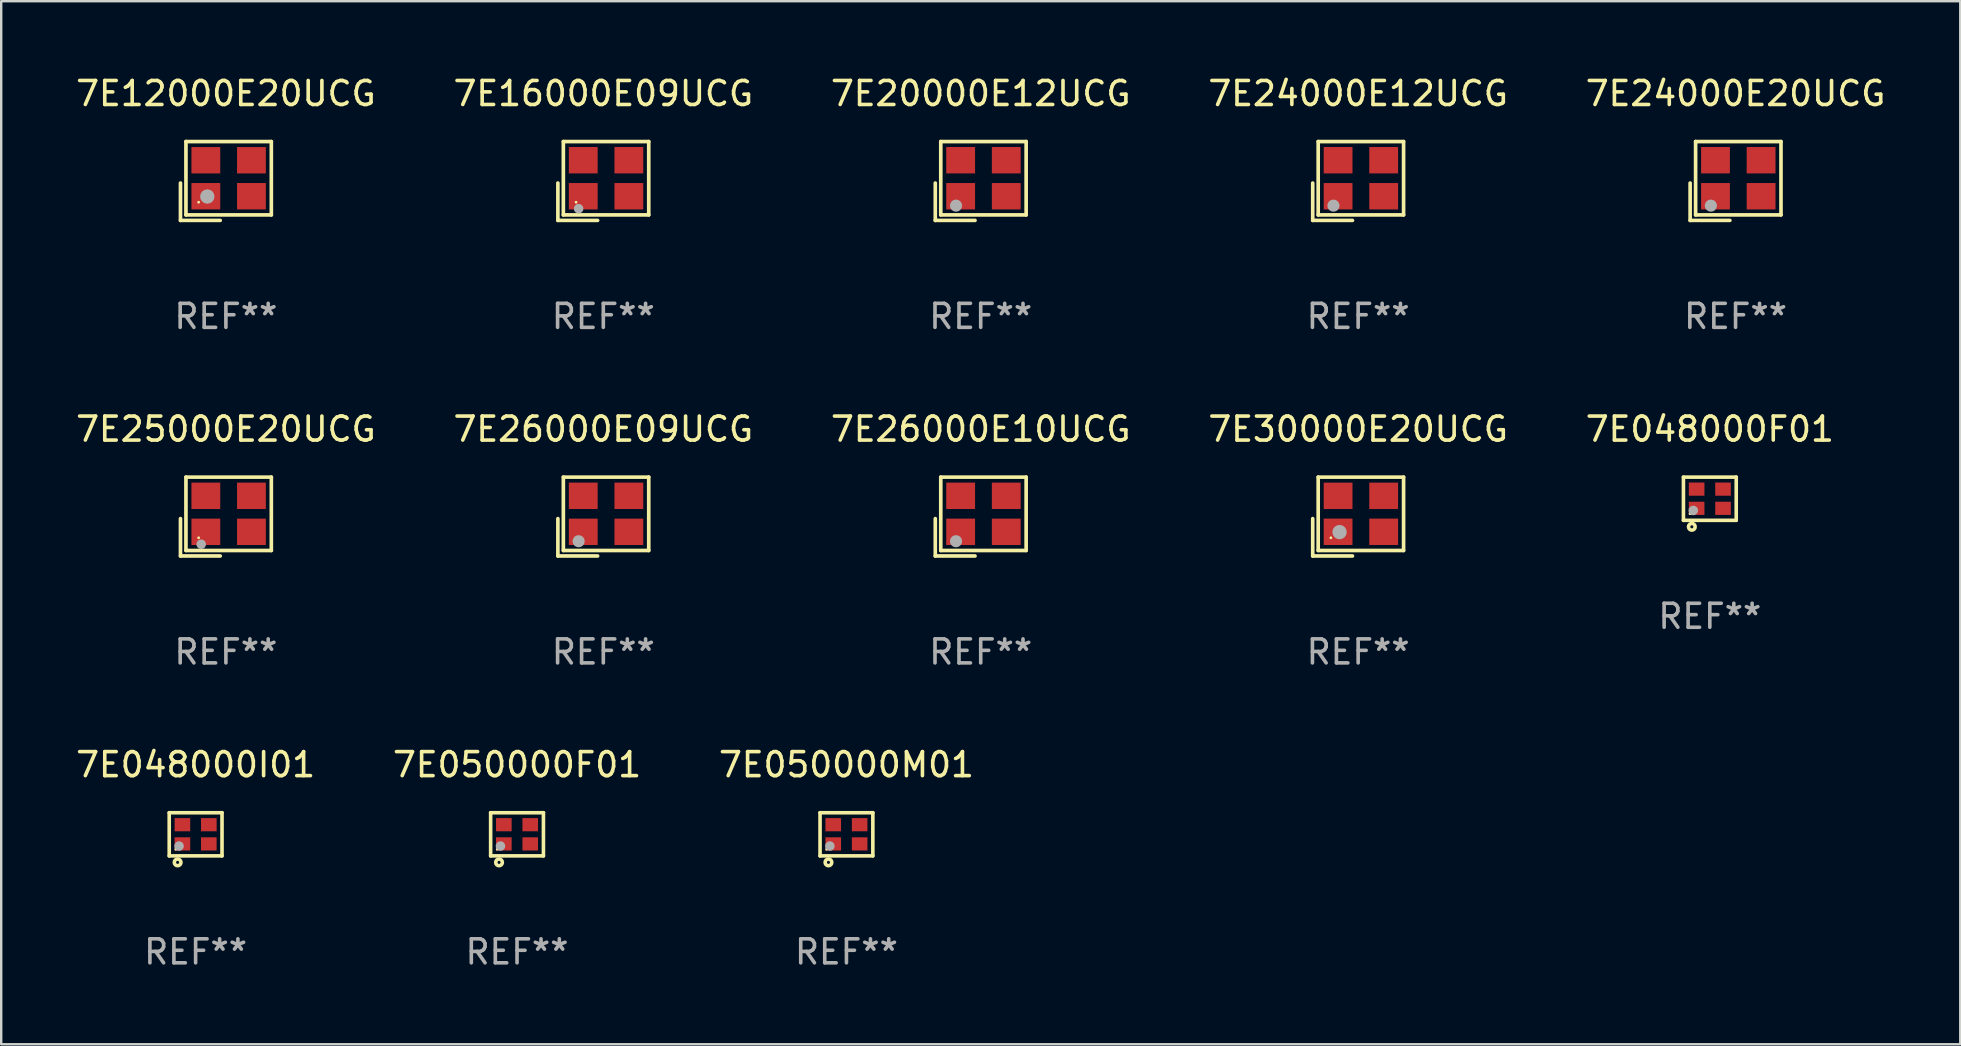
<source format=kicad_pcb>
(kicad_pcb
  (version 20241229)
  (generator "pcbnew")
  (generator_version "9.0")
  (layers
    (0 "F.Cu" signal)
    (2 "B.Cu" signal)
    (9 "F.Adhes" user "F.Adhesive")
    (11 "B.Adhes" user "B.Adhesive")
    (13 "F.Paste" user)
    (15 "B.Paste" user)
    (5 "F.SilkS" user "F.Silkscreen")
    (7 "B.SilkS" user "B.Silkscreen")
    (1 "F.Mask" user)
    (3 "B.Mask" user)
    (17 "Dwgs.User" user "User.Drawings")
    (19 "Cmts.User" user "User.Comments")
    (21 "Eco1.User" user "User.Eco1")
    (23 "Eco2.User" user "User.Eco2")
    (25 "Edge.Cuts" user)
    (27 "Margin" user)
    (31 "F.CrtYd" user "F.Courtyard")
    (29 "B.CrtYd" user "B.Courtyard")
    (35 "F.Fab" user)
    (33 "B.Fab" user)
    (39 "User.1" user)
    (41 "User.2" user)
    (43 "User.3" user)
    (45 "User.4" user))
  (footprint "7E24000E12UCG"
    (layer "F.Cu")
    (at 53.542 4.491)
    (property "Reference" "7E24000E12UCG" (at 0 -3.643 0) (layer "F.SilkS") (effects (font (size 1 1) (thickness 0.15))))
    (attr through_hole)
    (fp_line (start -1.893 0.086) (end -1.893 1.643) (stroke (width 0.152) (type solid)) (layer "F.SilkS"))
    (fp_line (start -1.893 1.643) (end -0.237 1.643) (stroke (width 0.152) (type solid)) (layer "F.SilkS"))
    (fp_line (start -1.665 -1.643) (end 1.893 -1.643) (stroke (width 0.152) (type solid)) (layer "F.SilkS"))
    (fp_line (start -1.665 1.414) (end -1.665 -1.643) (stroke (width 0.152) (type solid)) (layer "F.SilkS"))
    (fp_line (start 1.893 -1.643) (end 1.893 1.414) (stroke (width 0.152) (type solid)) (layer "F.SilkS"))
    (fp_line (start 1.893 1.414) (end -1.665 1.414) (stroke (width 0.152) (type solid)) (layer "F.SilkS"))
    (fp_circle (center -1.136 0.885) (end -1.106 0.885) (stroke (width 0.06) (type solid)) (fill no) (layer "F.SilkS"))
    (fp_circle (center -1.029 1.028) (end -0.902 1.028) (stroke (width 0.254) (type solid)) (fill no) (layer "F.Fab"))
    (fp_text user "REF**" (at 0 5.643 0) (layer "F.Fab") (effects (font (size 1 1) (thickness 0.15))))
    (pad "1" smd rect (at -0.836 0.636) (size 1.2 1.1) (layers "F.Cu" "F.Mask" "F.Paste"))
    (pad "2" smd rect (at 1.064 0.636) (size 1.2 1.1) (layers "F.Cu" "F.Mask" "F.Paste"))
    (pad "3" smd rect (at 1.064 -0.865) (size 1.2 1.1) (layers "F.Cu" "F.Mask" "F.Paste"))
    (pad "4" smd rect (at -0.836 -0.865) (size 1.2 1.1) (layers "F.Cu" "F.Mask" "F.Paste")))
  (footprint "7E30000E20UCG"
    (layer "F.Cu")
    (at 53.542 18.474)
    (property "Reference" "7E30000E20UCG" (at 0 -3.643 0) (layer "F.SilkS") (effects (font (size 1 1) (thickness 0.15))))
    (attr through_hole)
    (fp_line (start -1.893 0.086) (end -1.893 1.643) (stroke (width 0.152) (type solid)) (layer "F.SilkS"))
    (fp_line (start -1.893 1.643) (end -0.237 1.643) (stroke (width 0.152) (type solid)) (layer "F.SilkS"))
    (fp_line (start -1.665 -1.643) (end 1.893 -1.643) (stroke (width 0.152) (type solid)) (layer "F.SilkS"))
    (fp_line (start -1.665 1.414) (end -1.665 -1.643) (stroke (width 0.152) (type solid)) (layer "F.SilkS"))
    (fp_line (start 1.893 -1.643) (end 1.893 1.414) (stroke (width 0.152) (type solid)) (layer "F.SilkS"))
    (fp_line (start 1.893 1.414) (end -1.665 1.414) (stroke (width 0.152) (type solid)) (layer "F.SilkS"))
    (fp_circle (center -1.136 0.885) (end -1.106 0.885) (stroke (width 0.06) (type solid)) (fill no) (layer "F.SilkS"))
    (fp_circle (center -0.775 0.648) (end -0.625 0.648) (stroke (width 0.3) (type solid)) (fill no) (layer "F.Fab"))
    (fp_text user "REF**" (at 0 5.643 0) (layer "F.Fab") (effects (font (size 1 1) (thickness 0.15))))
    (pad "1" smd rect (at -0.836 0.635) (size 1.2 1.1) (layers "F.Cu" "F.Mask" "F.Paste"))
    (pad "2" smd rect (at 1.064 0.635) (size 1.2 1.1) (layers "F.Cu" "F.Mask" "F.Paste"))
    (pad "3" smd rect (at 1.064 -0.864) (size 1.2 1.1) (layers "F.Cu" "F.Mask" "F.Paste"))
    (pad "4" smd rect (at -0.836 -0.864) (size 1.2 1.1) (layers "F.Cu" "F.Mask" "F.Paste")))
  (footprint "7E24000E20UCG"
    (layer "F.Cu")
    (at 69.268 4.491)
    (property "Reference" "7E24000E20UCG" (at 0 -3.643 0) (layer "F.SilkS") (effects (font (size 1 1) (thickness 0.15))))
    (attr through_hole)
    (fp_line (start -1.893 0.086) (end -1.893 1.643) (stroke (width 0.152) (type solid)) (layer "F.SilkS"))
    (fp_line (start -1.893 1.643) (end -0.237 1.643) (stroke (width 0.152) (type solid)) (layer "F.SilkS"))
    (fp_line (start -1.665 -1.643) (end 1.893 -1.643) (stroke (width 0.152) (type solid)) (layer "F.SilkS"))
    (fp_line (start -1.665 1.414) (end -1.665 -1.643) (stroke (width 0.152) (type solid)) (layer "F.SilkS"))
    (fp_line (start 1.893 -1.643) (end 1.893 1.414) (stroke (width 0.152) (type solid)) (layer "F.SilkS"))
    (fp_line (start 1.893 1.414) (end -1.665 1.414) (stroke (width 0.152) (type solid)) (layer "F.SilkS"))
    (fp_circle (center -1.136 0.885) (end -1.106 0.885) (stroke (width 0.06) (type solid)) (fill no) (layer "F.SilkS"))
    (fp_circle (center -1.029 1.028) (end -0.902 1.028) (stroke (width 0.254) (type solid)) (fill no) (layer "F.Fab"))
    (fp_text user "REF**" (at 0 5.643 0) (layer "F.Fab") (effects (font (size 1 1) (thickness 0.15))))
    (pad "1" smd rect (at -0.836 0.636) (size 1.2 1.1) (layers "F.Cu" "F.Mask" "F.Paste"))
    (pad "2" smd rect (at 1.064 0.636) (size 1.2 1.1) (layers "F.Cu" "F.Mask" "F.Paste"))
    (pad "3" smd rect (at 1.064 -0.865) (size 1.2 1.1) (layers "F.Cu" "F.Mask" "F.Paste"))
    (pad "4" smd rect (at -0.836 -0.865) (size 1.2 1.1) (layers "F.Cu" "F.Mask" "F.Paste")))
  (footprint "7E048000I01"
    (layer "F.Cu")
    (at 5.101 31.714)
    (property "Reference" "7E048000I01" (at 0 -2.9 0) (layer "F.SilkS") (effects (font (size 1 1) (thickness 0.15))))
    (attr through_hole)
    (fp_line (start -1.1 -0.9) (end -1.1 0.9) (stroke (width 0.15) (type solid)) (layer "F.SilkS"))
    (fp_line (start -1.1 -0.9) (end 1.1 -0.9) (stroke (width 0.15) (type solid)) (layer "F.SilkS"))
    (fp_line (start -1.1 0.9) (end 1.1 0.9) (stroke (width 0.15) (type solid)) (layer "F.SilkS"))
    (fp_line (start 1.1 -0.9) (end 1.1 0.9) (stroke (width 0.15) (type solid)) (layer "F.SilkS"))
    (fp_circle (center -0.825 0.625) (end -0.795 0.625) (stroke (width 0.06) (type solid)) (fill no) (layer "F.SilkS"))
    (fp_circle (center -0.75 1.17) (end -0.686 1.17) (stroke (width 0.15) (type solid)) (fill no) (layer "F.SilkS"))
    (fp_circle (center -0.69 0.49) (end -0.59 0.49) (stroke (width 0.2) (type solid)) (fill no) (layer "F.Fab"))
    (fp_text user "REF**" (at 0 4.9 0) (layer "F.Fab") (effects (font (size 1 1) (thickness 0.15))))
    (pad "1" smd rect (at -0.55 0.4) (size 0.65 0.55) (layers "F.Cu" "F.Mask" "F.Paste"))
    (pad "2" smd rect (at 0.55 0.4) (size 0.65 0.55) (layers "F.Cu" "F.Mask" "F.Paste"))
    (pad "3" smd rect (at 0.55 -0.4) (size 0.65 0.55) (layers "F.Cu" "F.Mask" "F.Paste"))
    (pad "4" smd rect (at -0.55 -0.4) (size 0.65 0.55) (layers "F.Cu" "F.Mask" "F.Paste")))
  (footprint "7E20000E12UCG"
    (layer "F.Cu")
    (at 37.815 4.491)
    (property "Reference" "7E20000E12UCG" (at 0 -3.643 0) (layer "F.SilkS") (effects (font (size 1 1) (thickness 0.15))))
    (attr through_hole)
    (fp_line (start -1.893 0.086) (end -1.893 1.643) (stroke (width 0.152) (type solid)) (layer "F.SilkS"))
    (fp_line (start -1.893 1.643) (end -0.237 1.643) (stroke (width 0.152) (type solid)) (layer "F.SilkS"))
    (fp_line (start -1.665 -1.643) (end 1.893 -1.643) (stroke (width 0.152) (type solid)) (layer "F.SilkS"))
    (fp_line (start -1.665 1.414) (end -1.665 -1.643) (stroke (width 0.152) (type solid)) (layer "F.SilkS"))
    (fp_line (start 1.893 -1.643) (end 1.893 1.414) (stroke (width 0.152) (type solid)) (layer "F.SilkS"))
    (fp_line (start 1.893 1.414) (end -1.665 1.414) (stroke (width 0.152) (type solid)) (layer "F.SilkS"))
    (fp_circle (center -1.136 0.885) (end -1.106 0.885) (stroke (width 0.06) (type solid)) (fill no) (layer "F.SilkS"))
    (fp_circle (center -1.029 1.028) (end -0.902 1.028) (stroke (width 0.254) (type solid)) (fill no) (layer "F.Fab"))
    (fp_text user "REF**" (at 0 5.643 0) (layer "F.Fab") (effects (font (size 1 1) (thickness 0.15))))
    (pad "1" smd rect (at -0.836 0.636) (size 1.2 1.1) (layers "F.Cu" "F.Mask" "F.Paste"))
    (pad "2" smd rect (at 1.064 0.636) (size 1.2 1.1) (layers "F.Cu" "F.Mask" "F.Paste"))
    (pad "3" smd rect (at 1.064 -0.865) (size 1.2 1.1) (layers "F.Cu" "F.Mask" "F.Paste"))
    (pad "4" smd rect (at -0.836 -0.865) (size 1.2 1.1) (layers "F.Cu" "F.Mask" "F.Paste")))
  (footprint "7E16000E09UCG"
    (layer "F.Cu")
    (at 22.089 4.491)
    (property "Reference" "7E16000E09UCG" (at 0 -3.643 0) (layer "F.SilkS") (effects (font (size 1 1) (thickness 0.15))))
    (attr through_hole)
    (fp_line (start -1.893 0.086) (end -1.893 1.643) (stroke (width 0.152) (type solid)) (layer "F.SilkS"))
    (fp_line (start -1.893 1.643) (end -0.237 1.643) (stroke (width 0.152) (type solid)) (layer "F.SilkS"))
    (fp_line (start -1.665 -1.643) (end 1.893 -1.643) (stroke (width 0.152) (type solid)) (layer "F.SilkS"))
    (fp_line (start -1.665 1.414) (end -1.665 -1.643) (stroke (width 0.152) (type solid)) (layer "F.SilkS"))
    (fp_line (start 1.893 -1.643) (end 1.893 1.414) (stroke (width 0.152) (type solid)) (layer "F.SilkS"))
    (fp_line (start 1.893 1.414) (end -1.665 1.414) (stroke (width 0.152) (type solid)) (layer "F.SilkS"))
    (fp_circle (center -1.136 0.885) (end -1.106 0.885) (stroke (width 0.06) (type solid)) (fill no) (layer "F.SilkS"))
    (fp_circle (center -1.029 1.155) (end -0.929 1.155) (stroke (width 0.2) (type solid)) (fill no) (layer "F.Fab"))
    (fp_text user "REF**" (at 0 5.643 0) (layer "F.Fab") (effects (font (size 1 1) (thickness 0.15))))
    (pad "1" smd rect (at -0.836 0.636) (size 1.2 1.1) (layers "F.Cu" "F.Mask" "F.Paste"))
    (pad "2" smd rect (at 1.064 0.636) (size 1.2 1.1) (layers "F.Cu" "F.Mask" "F.Paste"))
    (pad "3" smd rect (at 1.064 -0.865) (size 1.2 1.1) (layers "F.Cu" "F.Mask" "F.Paste"))
    (pad "4" smd rect (at -0.836 -0.865) (size 1.2 1.1) (layers "F.Cu" "F.Mask" "F.Paste")))
  (footprint "7E12000E20UCG"
    (layer "F.Cu")
    (at 6.363 4.491)
    (property "Reference" "7E12000E20UCG" (at 0 -3.643 0) (layer "F.SilkS") (effects (font (size 1 1) (thickness 0.15))))
    (attr through_hole)
    (fp_line (start -1.893 0.086) (end -1.893 1.643) (stroke (width 0.152) (type solid)) (layer "F.SilkS"))
    (fp_line (start -1.893 1.643) (end -0.237 1.643) (stroke (width 0.152) (type solid)) (layer "F.SilkS"))
    (fp_line (start -1.665 -1.643) (end 1.893 -1.643) (stroke (width 0.152) (type solid)) (layer "F.SilkS"))
    (fp_line (start -1.665 1.414) (end -1.665 -1.643) (stroke (width 0.152) (type solid)) (layer "F.SilkS"))
    (fp_line (start 1.893 -1.643) (end 1.893 1.414) (stroke (width 0.152) (type solid)) (layer "F.SilkS"))
    (fp_line (start 1.893 1.414) (end -1.665 1.414) (stroke (width 0.152) (type solid)) (layer "F.SilkS"))
    (fp_circle (center -1.136 0.885) (end -1.106 0.885) (stroke (width 0.06) (type solid)) (fill no) (layer "F.SilkS"))
    (fp_circle (center -0.775 0.648) (end -0.625 0.648) (stroke (width 0.3) (type solid)) (fill no) (layer "F.Fab"))
    (fp_text user "REF**" (at 0 5.643 0) (layer "F.Fab") (effects (font (size 1 1) (thickness 0.15))))
    (pad "1" smd rect (at -0.836 0.635) (size 1.2 1.1) (layers "F.Cu" "F.Mask" "F.Paste"))
    (pad "2" smd rect (at 1.064 0.635) (size 1.2 1.1) (layers "F.Cu" "F.Mask" "F.Paste"))
    (pad "3" smd rect (at 1.064 -0.864) (size 1.2 1.1) (layers "F.Cu" "F.Mask" "F.Paste"))
    (pad "4" smd rect (at -0.836 -0.864) (size 1.2 1.1) (layers "F.Cu" "F.Mask" "F.Paste")))
  (footprint "7E25000E20UCG"
    (layer "F.Cu")
    (at 6.363 18.474)
    (property "Reference" "7E25000E20UCG" (at 0 -3.643 0) (layer "F.SilkS") (effects (font (size 1 1) (thickness 0.15))))
    (attr through_hole)
    (fp_line (start -1.893 0.086) (end -1.893 1.643) (stroke (width 0.152) (type solid)) (layer "F.SilkS"))
    (fp_line (start -1.893 1.643) (end -0.237 1.643) (stroke (width 0.152) (type solid)) (layer "F.SilkS"))
    (fp_line (start -1.665 -1.643) (end 1.893 -1.643) (stroke (width 0.152) (type solid)) (layer "F.SilkS"))
    (fp_line (start -1.665 1.414) (end -1.665 -1.643) (stroke (width 0.152) (type solid)) (layer "F.SilkS"))
    (fp_line (start 1.893 -1.643) (end 1.893 1.414) (stroke (width 0.152) (type solid)) (layer "F.SilkS"))
    (fp_line (start 1.893 1.414) (end -1.665 1.414) (stroke (width 0.152) (type solid)) (layer "F.SilkS"))
    (fp_circle (center -1.136 0.885) (end -1.106 0.885) (stroke (width 0.06) (type solid)) (fill no) (layer "F.SilkS"))
    (fp_circle (center -1.029 1.155) (end -0.929 1.155) (stroke (width 0.2) (type solid)) (fill no) (layer "F.Fab"))
    (fp_text user "REF**" (at 0 5.643 0) (layer "F.Fab") (effects (font (size 1 1) (thickness 0.15))))
    (pad "1" smd rect (at -0.836 0.636) (size 1.2 1.1) (layers "F.Cu" "F.Mask" "F.Paste"))
    (pad "2" smd rect (at 1.064 0.636) (size 1.2 1.1) (layers "F.Cu" "F.Mask" "F.Paste"))
    (pad "3" smd rect (at 1.064 -0.865) (size 1.2 1.1) (layers "F.Cu" "F.Mask" "F.Paste"))
    (pad "4" smd rect (at -0.836 -0.865) (size 1.2 1.1) (layers "F.Cu" "F.Mask" "F.Paste")))
  (footprint "7E26000E10UCG"
    (layer "F.Cu")
    (at 37.815 18.474)
    (property "Reference" "7E26000E10UCG" (at 0 -3.643 0) (layer "F.SilkS") (effects (font (size 1 1) (thickness 0.15))))
    (attr through_hole)
    (fp_line (start -1.893 0.086) (end -1.893 1.643) (stroke (width 0.152) (type solid)) (layer "F.SilkS"))
    (fp_line (start -1.893 1.643) (end -0.237 1.643) (stroke (width 0.152) (type solid)) (layer "F.SilkS"))
    (fp_line (start -1.665 -1.643) (end 1.893 -1.643) (stroke (width 0.152) (type solid)) (layer "F.SilkS"))
    (fp_line (start -1.665 1.414) (end -1.665 -1.643) (stroke (width 0.152) (type solid)) (layer "F.SilkS"))
    (fp_line (start 1.893 -1.643) (end 1.893 1.414) (stroke (width 0.152) (type solid)) (layer "F.SilkS"))
    (fp_line (start 1.893 1.414) (end -1.665 1.414) (stroke (width 0.152) (type solid)) (layer "F.SilkS"))
    (fp_circle (center -1.136 0.885) (end -1.106 0.885) (stroke (width 0.06) (type solid)) (fill no) (layer "F.SilkS"))
    (fp_circle (center -1.029 1.028) (end -0.902 1.028) (stroke (width 0.254) (type solid)) (fill no) (layer "F.Fab"))
    (fp_text user "REF**" (at 0 5.643 0) (layer "F.Fab") (effects (font (size 1 1) (thickness 0.15))))
    (pad "1" smd rect (at -0.836 0.636) (size 1.2 1.1) (layers "F.Cu" "F.Mask" "F.Paste"))
    (pad "2" smd rect (at 1.064 0.636) (size 1.2 1.1) (layers "F.Cu" "F.Mask" "F.Paste"))
    (pad "3" smd rect (at 1.064 -0.865) (size 1.2 1.1) (layers "F.Cu" "F.Mask" "F.Paste"))
    (pad "4" smd rect (at -0.836 -0.865) (size 1.2 1.1) (layers "F.Cu" "F.Mask" "F.Paste")))
  (footprint "7E048000F01"
    (layer "F.Cu")
    (at 68.196 17.731)
    (property "Reference" "7E048000F01" (at 0 -2.9 0) (layer "F.SilkS") (effects (font (size 1 1) (thickness 0.15))))
    (attr through_hole)
    (fp_line (start -1.1 -0.9) (end -1.1 0.9) (stroke (width 0.15) (type solid)) (layer "F.SilkS"))
    (fp_line (start -1.1 -0.9) (end 1.1 -0.9) (stroke (width 0.15) (type solid)) (layer "F.SilkS"))
    (fp_line (start -1.1 0.9) (end 1.1 0.9) (stroke (width 0.15) (type solid)) (layer "F.SilkS"))
    (fp_line (start 1.1 -0.9) (end 1.1 0.9) (stroke (width 0.15) (type solid)) (layer "F.SilkS"))
    (fp_circle (center -0.825 0.625) (end -0.795 0.625) (stroke (width 0.06) (type solid)) (fill no) (layer "F.SilkS"))
    (fp_circle (center -0.75 1.17) (end -0.686 1.17) (stroke (width 0.15) (type solid)) (fill no) (layer "F.SilkS"))
    (fp_circle (center -0.69 0.49) (end -0.59 0.49) (stroke (width 0.2) (type solid)) (fill no) (layer "F.Fab"))
    (fp_text user "REF**" (at 0 4.9 0) (layer "F.Fab") (effects (font (size 1 1) (thickness 0.15))))
    (pad "1" smd rect (at -0.55 0.4) (size 0.65 0.55) (layers "F.Cu" "F.Mask" "F.Paste"))
    (pad "2" smd rect (at 0.55 0.4) (size 0.65 0.55) (layers "F.Cu" "F.Mask" "F.Paste"))
    (pad "3" smd rect (at 0.55 -0.4) (size 0.65 0.55) (layers "F.Cu" "F.Mask" "F.Paste"))
    (pad "4" smd rect (at -0.55 -0.4) (size 0.65 0.55) (layers "F.Cu" "F.Mask" "F.Paste")))
  (footprint "7E050000F01"
    (layer "F.Cu")
    (at 18.494 31.714)
    (property "Reference" "7E050000F01" (at 0 -2.9 0) (layer "F.SilkS") (effects (font (size 1 1) (thickness 0.15))))
    (attr through_hole)
    (fp_line (start -1.1 -0.9) (end -1.1 0.9) (stroke (width 0.15) (type solid)) (layer "F.SilkS"))
    (fp_line (start -1.1 -0.9) (end 1.1 -0.9) (stroke (width 0.15) (type solid)) (layer "F.SilkS"))
    (fp_line (start -1.1 0.9) (end 1.1 0.9) (stroke (width 0.15) (type solid)) (layer "F.SilkS"))
    (fp_line (start 1.1 -0.9) (end 1.1 0.9) (stroke (width 0.15) (type solid)) (layer "F.SilkS"))
    (fp_circle (center -0.825 0.625) (end -0.795 0.625) (stroke (width 0.06) (type solid)) (fill no) (layer "F.SilkS"))
    (fp_circle (center -0.75 1.17) (end -0.686 1.17) (stroke (width 0.15) (type solid)) (fill no) (layer "F.SilkS"))
    (fp_circle (center -0.69 0.49) (end -0.59 0.49) (stroke (width 0.2) (type solid)) (fill no) (layer "F.Fab"))
    (fp_text user "REF**" (at 0 4.9 0) (layer "F.Fab") (effects (font (size 1 1) (thickness 0.15))))
    (pad "1" smd rect (at -0.55 0.4) (size 0.65 0.55) (layers "F.Cu" "F.Mask" "F.Paste"))
    (pad "2" smd rect (at 0.55 0.4) (size 0.65 0.55) (layers "F.Cu" "F.Mask" "F.Paste"))
    (pad "3" smd rect (at 0.55 -0.4) (size 0.65 0.55) (layers "F.Cu" "F.Mask" "F.Paste"))
    (pad "4" smd rect (at -0.55 -0.4) (size 0.65 0.55) (layers "F.Cu" "F.Mask" "F.Paste")))
  (footprint "7E26000E09UCG"
    (layer "F.Cu")
    (at 22.089 18.474)
    (property "Reference" "7E26000E09UCG" (at 0 -3.643 0) (layer "F.SilkS") (effects (font (size 1 1) (thickness 0.15))))
    (attr through_hole)
    (fp_line (start -1.893 0.086) (end -1.893 1.643) (stroke (width 0.152) (type solid)) (layer "F.SilkS"))
    (fp_line (start -1.893 1.643) (end -0.237 1.643) (stroke (width 0.152) (type solid)) (layer "F.SilkS"))
    (fp_line (start -1.665 -1.643) (end 1.893 -1.643) (stroke (width 0.152) (type solid)) (layer "F.SilkS"))
    (fp_line (start -1.665 1.414) (end -1.665 -1.643) (stroke (width 0.152) (type solid)) (layer "F.SilkS"))
    (fp_line (start 1.893 -1.643) (end 1.893 1.414) (stroke (width 0.152) (type solid)) (layer "F.SilkS"))
    (fp_line (start 1.893 1.414) (end -1.665 1.414) (stroke (width 0.152) (type solid)) (layer "F.SilkS"))
    (fp_circle (center -1.136 0.885) (end -1.106 0.885) (stroke (width 0.06) (type solid)) (fill no) (layer "F.SilkS"))
    (fp_circle (center -1.029 1.028) (end -0.902 1.028) (stroke (width 0.254) (type solid)) (fill no) (layer "F.Fab"))
    (fp_text user "REF**" (at 0 5.643 0) (layer "F.Fab") (effects (font (size 1 1) (thickness 0.15))))
    (pad "1" smd rect (at -0.836 0.636) (size 1.2 1.1) (layers "F.Cu" "F.Mask" "F.Paste"))
    (pad "2" smd rect (at 1.064 0.636) (size 1.2 1.1) (layers "F.Cu" "F.Mask" "F.Paste"))
    (pad "3" smd rect (at 1.064 -0.865) (size 1.2 1.1) (layers "F.Cu" "F.Mask" "F.Paste"))
    (pad "4" smd rect (at -0.836 -0.865) (size 1.2 1.1) (layers "F.Cu" "F.Mask" "F.Paste")))
  (footprint "7E050000M01"
    (layer "F.Cu")
    (at 32.22 31.714)
    (property "Reference" "7E050000M01" (at 0 -2.9 0) (layer "F.SilkS") (effects (font (size 1 1) (thickness 0.15))))
    (attr through_hole)
    (fp_line (start -1.1 -0.9) (end -1.1 0.9) (stroke (width 0.15) (type solid)) (layer "F.SilkS"))
    (fp_line (start -1.1 -0.9) (end 1.1 -0.9) (stroke (width 0.15) (type solid)) (layer "F.SilkS"))
    (fp_line (start -1.1 0.9) (end 1.1 0.9) (stroke (width 0.15) (type solid)) (layer "F.SilkS"))
    (fp_line (start 1.1 -0.9) (end 1.1 0.9) (stroke (width 0.15) (type solid)) (layer "F.SilkS"))
    (fp_circle (center -0.825 0.625) (end -0.795 0.625) (stroke (width 0.06) (type solid)) (fill no) (layer "F.SilkS"))
    (fp_circle (center -0.75 1.17) (end -0.686 1.17) (stroke (width 0.15) (type solid)) (fill no) (layer "F.SilkS"))
    (fp_circle (center -0.69 0.49) (end -0.59 0.49) (stroke (width 0.2) (type solid)) (fill no) (layer "F.Fab"))
    (fp_text user "REF**" (at 0 4.9 0) (layer "F.Fab") (effects (font (size 1 1) (thickness 0.15))))
    (pad "1" smd rect (at -0.55 0.4) (size 0.65 0.55) (layers "F.Cu" "F.Mask" "F.Paste"))
    (pad "2" smd rect (at 0.55 0.4) (size 0.65 0.55) (layers "F.Cu" "F.Mask" "F.Paste"))
    (pad "3" smd rect (at 0.55 -0.4) (size 0.65 0.55) (layers "F.Cu" "F.Mask" "F.Paste"))
    (pad "4" smd rect (at -0.55 -0.4) (size 0.65 0.55) (layers "F.Cu" "F.Mask" "F.Paste")))
  (gr_rect
    (start -3 -3)
    (end 78.631 40.462)
    (stroke (width 0.1) (type default))
    (fill no)
    (layer "Edge.Cuts")))
</source>
